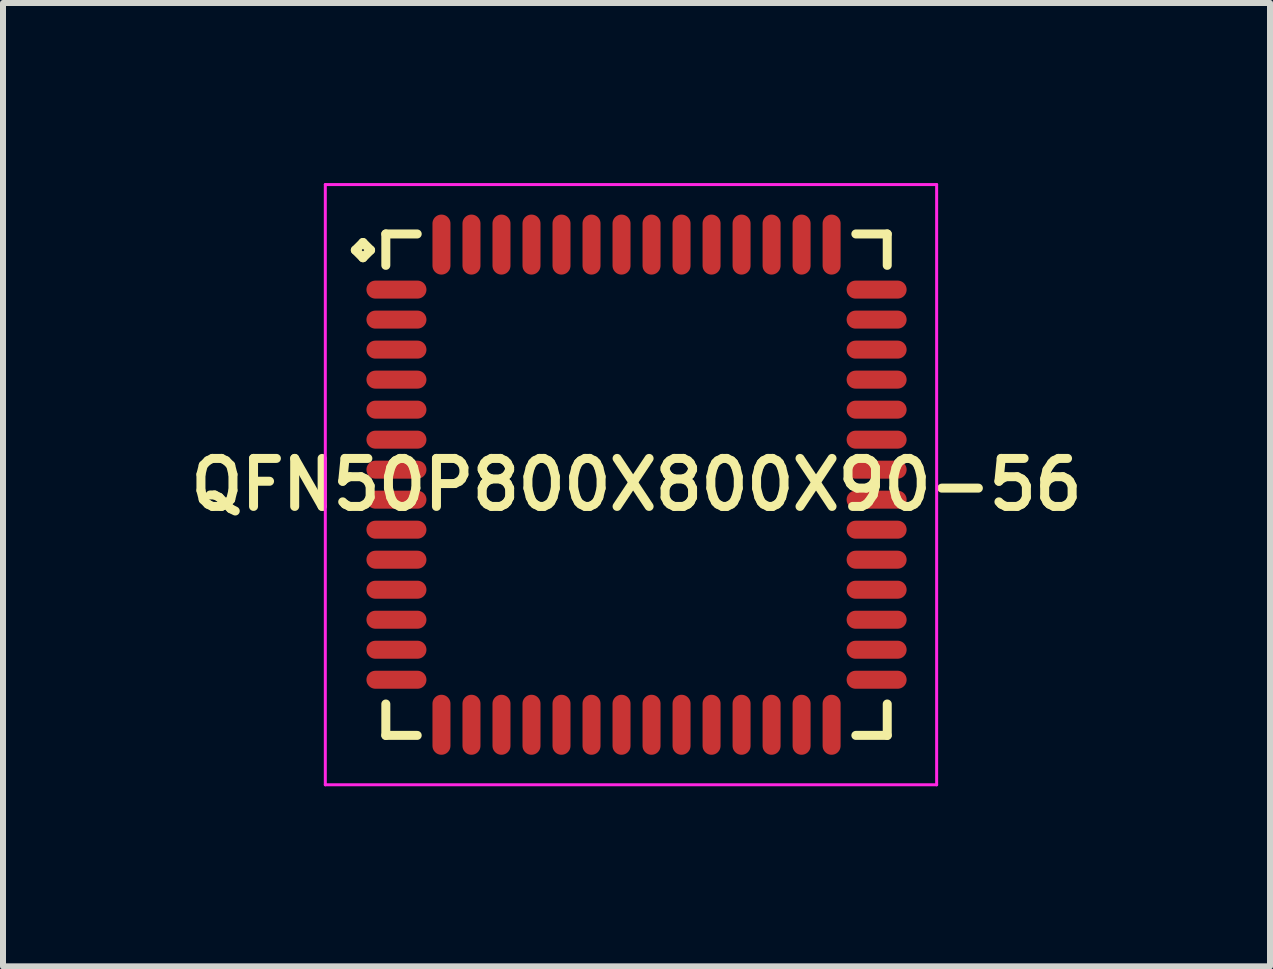
<source format=kicad_pcb>
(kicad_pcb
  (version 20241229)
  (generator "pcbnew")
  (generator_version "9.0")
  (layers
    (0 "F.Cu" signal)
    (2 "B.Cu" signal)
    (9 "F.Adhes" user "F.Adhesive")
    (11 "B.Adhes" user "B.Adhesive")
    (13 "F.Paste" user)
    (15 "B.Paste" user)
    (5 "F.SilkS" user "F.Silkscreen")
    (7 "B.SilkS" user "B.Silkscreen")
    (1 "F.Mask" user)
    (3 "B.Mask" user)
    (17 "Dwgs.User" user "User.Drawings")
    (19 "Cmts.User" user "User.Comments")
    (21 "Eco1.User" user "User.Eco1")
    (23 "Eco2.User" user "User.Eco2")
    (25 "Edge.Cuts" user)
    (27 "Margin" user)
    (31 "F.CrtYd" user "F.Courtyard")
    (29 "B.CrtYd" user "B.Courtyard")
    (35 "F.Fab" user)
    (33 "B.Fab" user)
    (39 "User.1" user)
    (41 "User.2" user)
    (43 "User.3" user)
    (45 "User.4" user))
  (footprint "QFN50P800X800X90-56"
    (layer "F.Cu")
    (at 7.555 5.025)
    (property "Reference" "QFN50P800X800X90-56" (at 0 0 0) (layer "F.SilkS") (effects (font (size 0.8 0.8) (thickness 0.15))))
    (attr smd)
    (fp_line (start -4.685 -3.908) (end -4.558 -4.035) (stroke (width 0.15) (type solid)) (layer "F.SilkS"))
    (fp_line (start -4.558 -4.035) (end -4.431 -3.908) (stroke (width 0.15) (type solid)) (layer "F.SilkS"))
    (fp_line (start -4.558 -3.781) (end -4.685 -3.908) (stroke (width 0.15) (type solid)) (layer "F.SilkS"))
    (fp_line (start -4.431 -3.908) (end -4.558 -3.781) (stroke (width 0.15) (type solid)) (layer "F.SilkS"))
    (fp_line (start -4.177 -4.177) (end -3.654 -4.177) (stroke (width 0.15) (type solid)) (layer "F.SilkS"))
    (fp_line (start -4.177 -3.654) (end -4.177 -4.177) (stroke (width 0.15) (type solid)) (layer "F.SilkS"))
    (fp_line (start -4.177 3.654) (end -4.177 4.177) (stroke (width 0.15) (type solid)) (layer "F.SilkS"))
    (fp_line (start -4.177 4.177) (end -3.654 4.177) (stroke (width 0.15) (type solid)) (layer "F.SilkS"))
    (fp_line (start 3.654 -4.177) (end 4.177 -4.177) (stroke (width 0.15) (type solid)) (layer "F.SilkS"))
    (fp_line (start 3.654 4.177) (end 4.177 4.177) (stroke (width 0.15) (type solid)) (layer "F.SilkS"))
    (fp_line (start 4.177 -4.177) (end 4.177 -3.654) (stroke (width 0.15) (type solid)) (layer "F.SilkS"))
    (fp_line (start 4.177 4.177) (end 4.177 3.654) (stroke (width 0.15) (type solid)) (layer "F.SilkS"))
    (fp_line (start -5.185 -5) (end 5 -5) (stroke (width 0.05) (type solid)) (layer "F.CrtYd"))
    (fp_line (start -5.185 5) (end -5.185 -5) (stroke (width 0.05) (type solid)) (layer "F.CrtYd"))
    (fp_line (start 5 -5) (end 5 5) (stroke (width 0.05) (type solid)) (layer "F.CrtYd"))
    (fp_line (start 5 5) (end -5.185 5) (stroke (width 0.05) (type solid)) (layer "F.CrtYd"))
    (pad "1" smd oval (at -4 -3.25) (size 1 0.3) (layers "F.Cu" "F.Mask" "F.Paste"))
    (pad "2" smd oval (at -4 -2.75) (size 1 0.3) (layers "F.Cu" "F.Mask" "F.Paste"))
    (pad "3" smd oval (at -4 -2.25) (size 1 0.3) (layers "F.Cu" "F.Mask" "F.Paste"))
    (pad "4" smd oval (at -4 -1.75) (size 1 0.3) (layers "F.Cu" "F.Mask" "F.Paste"))
    (pad "5" smd oval (at -4 -1.25) (size 1 0.3) (layers "F.Cu" "F.Mask" "F.Paste"))
    (pad "6" smd oval (at -4 -0.75) (size 1 0.3) (layers "F.Cu" "F.Mask" "F.Paste"))
    (pad "7" smd oval (at -4 -0.25) (size 1 0.3) (layers "F.Cu" "F.Mask" "F.Paste"))
    (pad "8" smd oval (at -4 0.25) (size 1 0.3) (layers "F.Cu" "F.Mask" "F.Paste"))
    (pad "9" smd oval (at -4 0.75) (size 1 0.3) (layers "F.Cu" "F.Mask" "F.Paste"))
    (pad "10" smd oval (at -4 1.25) (size 1 0.3) (layers "F.Cu" "F.Mask" "F.Paste"))
    (pad "11" smd oval (at -4 1.75) (size 1 0.3) (layers "F.Cu" "F.Mask" "F.Paste"))
    (pad "12" smd oval (at -4 2.25) (size 1 0.3) (layers "F.Cu" "F.Mask" "F.Paste"))
    (pad "13" smd oval (at -4 2.75) (size 1 0.3) (layers "F.Cu" "F.Mask" "F.Paste"))
    (pad "14" smd oval (at -4 3.25) (size 1 0.3) (layers "F.Cu" "F.Mask" "F.Paste"))
    (pad "15" smd oval (at -3.25 4) (size 0.3 1) (layers "F.Cu" "F.Mask" "F.Paste"))
    (pad "16" smd oval (at -2.75 4) (size 0.3 1) (layers "F.Cu" "F.Mask" "F.Paste"))
    (pad "17" smd oval (at -2.25 4) (size 0.3 1) (layers "F.Cu" "F.Mask" "F.Paste"))
    (pad "18" smd oval (at -1.75 4) (size 0.3 1) (layers "F.Cu" "F.Mask" "F.Paste"))
    (pad "19" smd oval (at -1.25 4) (size 0.3 1) (layers "F.Cu" "F.Mask" "F.Paste"))
    (pad "20" smd oval (at -0.75 4) (size 0.3 1) (layers "F.Cu" "F.Mask" "F.Paste"))
    (pad "21" smd oval (at -0.25 4) (size 0.3 1) (layers "F.Cu" "F.Mask" "F.Paste"))
    (pad "22" smd oval (at 0.25 4) (size 0.3 1) (layers "F.Cu" "F.Mask" "F.Paste"))
    (pad "23" smd oval (at 0.75 4) (size 0.3 1) (layers "F.Cu" "F.Mask" "F.Paste"))
    (pad "24" smd oval (at 1.25 4) (size 0.3 1) (layers "F.Cu" "F.Mask" "F.Paste"))
    (pad "25" smd oval (at 1.75 4) (size 0.3 1) (layers "F.Cu" "F.Mask" "F.Paste"))
    (pad "26" smd oval (at 2.25 4) (size 0.3 1) (layers "F.Cu" "F.Mask" "F.Paste"))
    (pad "27" smd oval (at 2.75 4) (size 0.3 1) (layers "F.Cu" "F.Mask" "F.Paste"))
    (pad "28" smd oval (at 3.25 4) (size 0.3 1) (layers "F.Cu" "F.Mask" "F.Paste"))
    (pad "29" smd oval (at 4 3.25) (size 1 0.3) (layers "F.Cu" "F.Mask" "F.Paste"))
    (pad "30" smd oval (at 4 2.75) (size 1 0.3) (layers "F.Cu" "F.Mask" "F.Paste"))
    (pad "31" smd oval (at 4 2.25) (size 1 0.3) (layers "F.Cu" "F.Mask" "F.Paste"))
    (pad "32" smd oval (at 4 1.75) (size 1 0.3) (layers "F.Cu" "F.Mask" "F.Paste"))
    (pad "33" smd oval (at 4 1.25) (size 1 0.3) (layers "F.Cu" "F.Mask" "F.Paste"))
    (pad "34" smd oval (at 4 0.75) (size 1 0.3) (layers "F.Cu" "F.Mask" "F.Paste"))
    (pad "35" smd oval (at 4 0.25) (size 1 0.3) (layers "F.Cu" "F.Mask" "F.Paste"))
    (pad "36" smd oval (at 4 -0.25) (size 1 0.3) (layers "F.Cu" "F.Mask" "F.Paste"))
    (pad "37" smd oval (at 4 -0.75) (size 1 0.3) (layers "F.Cu" "F.Mask" "F.Paste"))
    (pad "38" smd oval (at 4 -1.25) (size 1 0.3) (layers "F.Cu" "F.Mask" "F.Paste"))
    (pad "39" smd oval (at 4 -1.75) (size 1 0.3) (layers "F.Cu" "F.Mask" "F.Paste"))
    (pad "40" smd oval (at 4 -2.25) (size 1 0.3) (layers "F.Cu" "F.Mask" "F.Paste"))
    (pad "41" smd oval (at 4 -2.75) (size 1 0.3) (layers "F.Cu" "F.Mask" "F.Paste"))
    (pad "42" smd oval (at 4 -3.25) (size 1 0.3) (layers "F.Cu" "F.Mask" "F.Paste"))
    (pad "43" smd oval (at 3.25 -4) (size 0.3 1) (layers "F.Cu" "F.Mask" "F.Paste"))
    (pad "44" smd oval (at 2.75 -4) (size 0.3 1) (layers "F.Cu" "F.Mask" "F.Paste"))
    (pad "45" smd oval (at 2.25 -4) (size 0.3 1) (layers "F.Cu" "F.Mask" "F.Paste"))
    (pad "46" smd oval (at 1.75 -4) (size 0.3 1) (layers "F.Cu" "F.Mask" "F.Paste"))
    (pad "47" smd oval (at 1.25 -4) (size 0.3 1) (layers "F.Cu" "F.Mask" "F.Paste"))
    (pad "48" smd oval (at 0.75 -4) (size 0.3 1) (layers "F.Cu" "F.Mask" "F.Paste"))
    (pad "49" smd oval (at 0.25 -4) (size 0.3 1) (layers "F.Cu" "F.Mask" "F.Paste"))
    (pad "50" smd oval (at -0.25 -4) (size 0.3 1) (layers "F.Cu" "F.Mask" "F.Paste"))
    (pad "51" smd oval (at -0.75 -4) (size 0.3 1) (layers "F.Cu" "F.Mask" "F.Paste"))
    (pad "52" smd oval (at -1.25 -4) (size 0.3 1) (layers "F.Cu" "F.Mask" "F.Paste"))
    (pad "53" smd oval (at -1.75 -4) (size 0.3 1) (layers "F.Cu" "F.Mask" "F.Paste"))
    (pad "54" smd oval (at -2.25 -4) (size 0.3 1) (layers "F.Cu" "F.Mask" "F.Paste"))
    (pad "55" smd oval (at -2.75 -4) (size 0.3 1) (layers "F.Cu" "F.Mask" "F.Paste"))
    (pad "56" smd oval (at -3.25 -4) (size 0.3 1) (layers "F.Cu" "F.Mask" "F.Paste")))
  (gr_rect
    (start -3 -3)
    (end 18.109 13.05)
    (stroke (width 0.1) (type default))
    (fill no)
    (layer "Edge.Cuts")))
</source>
